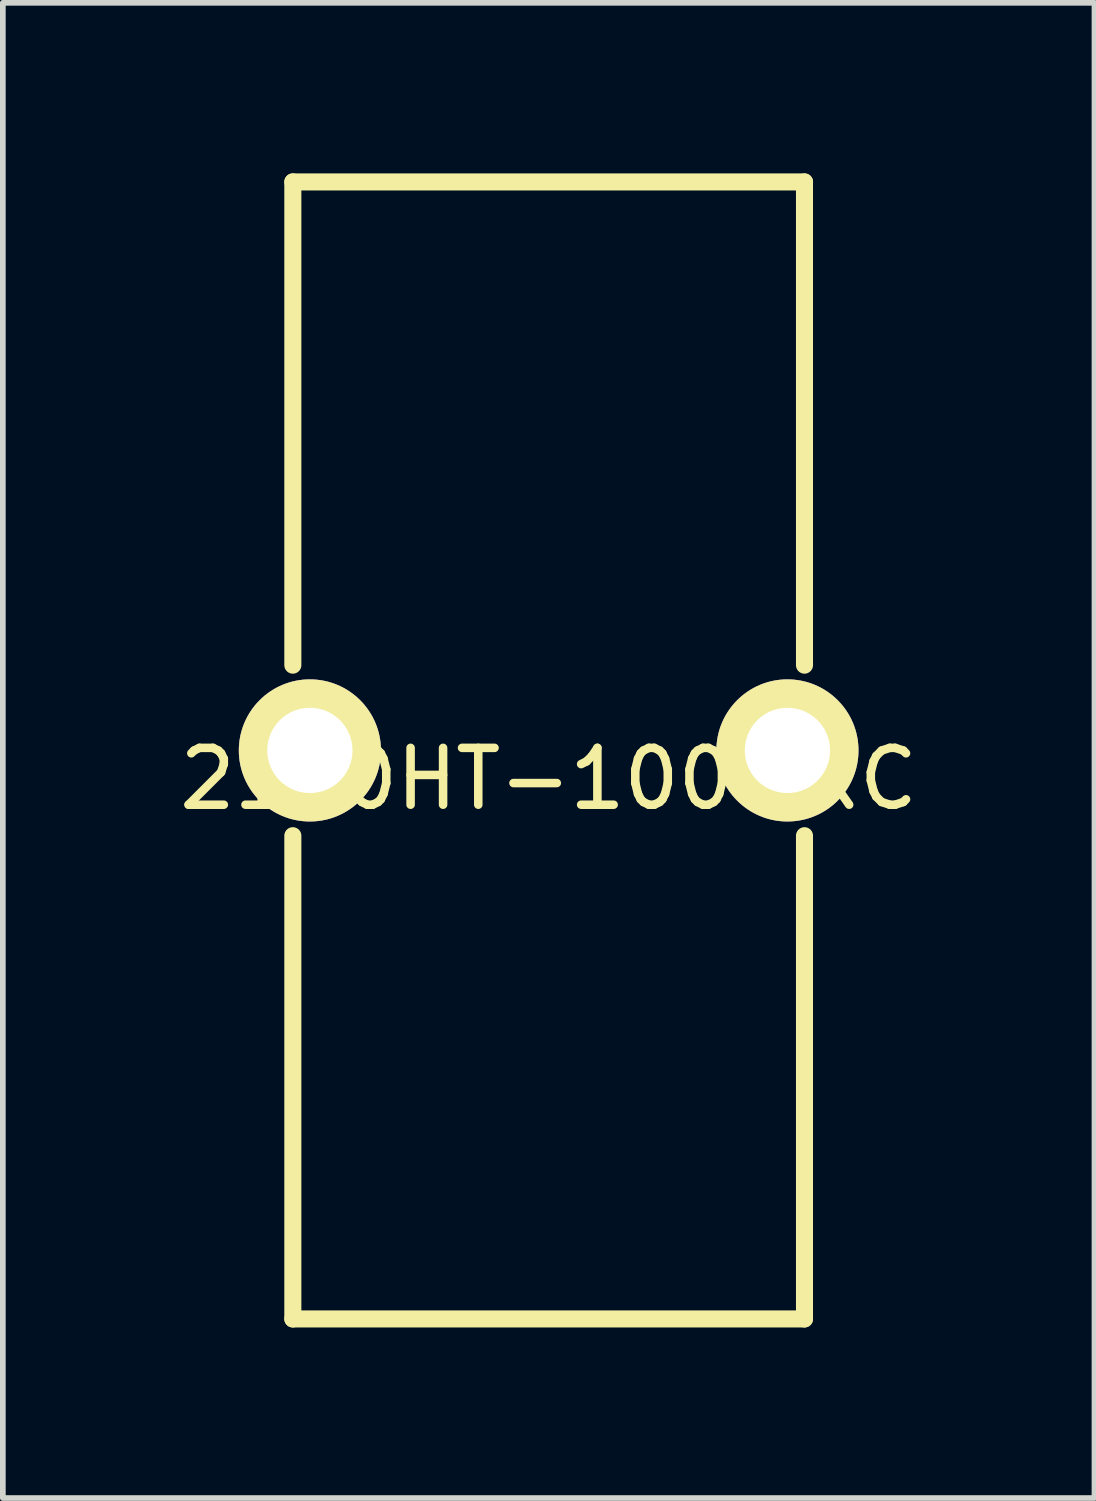
<source format=kicad_pcb>
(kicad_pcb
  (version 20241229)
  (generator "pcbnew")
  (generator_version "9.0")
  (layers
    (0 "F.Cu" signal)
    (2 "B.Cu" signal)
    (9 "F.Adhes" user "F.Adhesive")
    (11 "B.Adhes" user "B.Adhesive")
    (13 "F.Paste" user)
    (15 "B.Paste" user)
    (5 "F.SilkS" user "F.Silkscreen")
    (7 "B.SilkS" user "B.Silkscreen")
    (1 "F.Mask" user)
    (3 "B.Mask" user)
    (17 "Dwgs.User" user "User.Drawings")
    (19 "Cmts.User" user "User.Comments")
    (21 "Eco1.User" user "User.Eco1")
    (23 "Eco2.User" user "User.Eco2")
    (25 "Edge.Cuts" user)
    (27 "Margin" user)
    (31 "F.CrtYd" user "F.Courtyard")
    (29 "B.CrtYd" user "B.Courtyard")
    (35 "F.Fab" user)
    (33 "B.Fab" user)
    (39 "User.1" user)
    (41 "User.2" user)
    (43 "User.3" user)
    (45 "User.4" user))
  (footprint "2100HT-100-RC"
    (layer "F.Cu")
    (at 6.601 10.15)
    (property "Reference" "2100HT-100-RC" (at 0 0.5 0) (layer "F.SilkS") (effects (font (size 1 1) (thickness 0.15))))
    (attr through_hole)
    (fp_line (start -4.5 -1.5) (end -4.5 -10) (stroke (width 0.3) (type solid)) (layer "F.SilkS"))
    (fp_line (start -4.5 1.5) (end -4.5 10) (stroke (width 0.3) (type solid)) (layer "F.SilkS"))
    (fp_line (start -4.5 10) (end 4.5 10) (stroke (width 0.3) (type solid)) (layer "F.SilkS"))
    (fp_line (start 4.5 -10) (end -4.5 -10) (stroke (width 0.3) (type solid)) (layer "F.SilkS"))
    (fp_line (start 4.5 -1.5) (end 4.5 -10) (stroke (width 0.3) (type solid)) (layer "F.SilkS"))
    (fp_line (start 4.5 10) (end 4.5 1.5) (stroke (width 0.3) (type solid)) (layer "F.SilkS"))
    (pad "1" thru_hole circle (at -4.2 0) (size 2.5 2.5) (drill 1.5) (layers "*.Cu" "*.Mask" "F.SilkS"))
    (pad "2" thru_hole circle (at 4.2 0) (size 2.5 2.5) (drill 1.5) (layers "*.Cu" "*.Mask" "F.SilkS")))
  (gr_rect
    (start -3 -3)
    (end 16.202 23.3)
    (stroke (width 0.1) (type default))
    (fill no)
    (layer "Edge.Cuts")))
</source>
